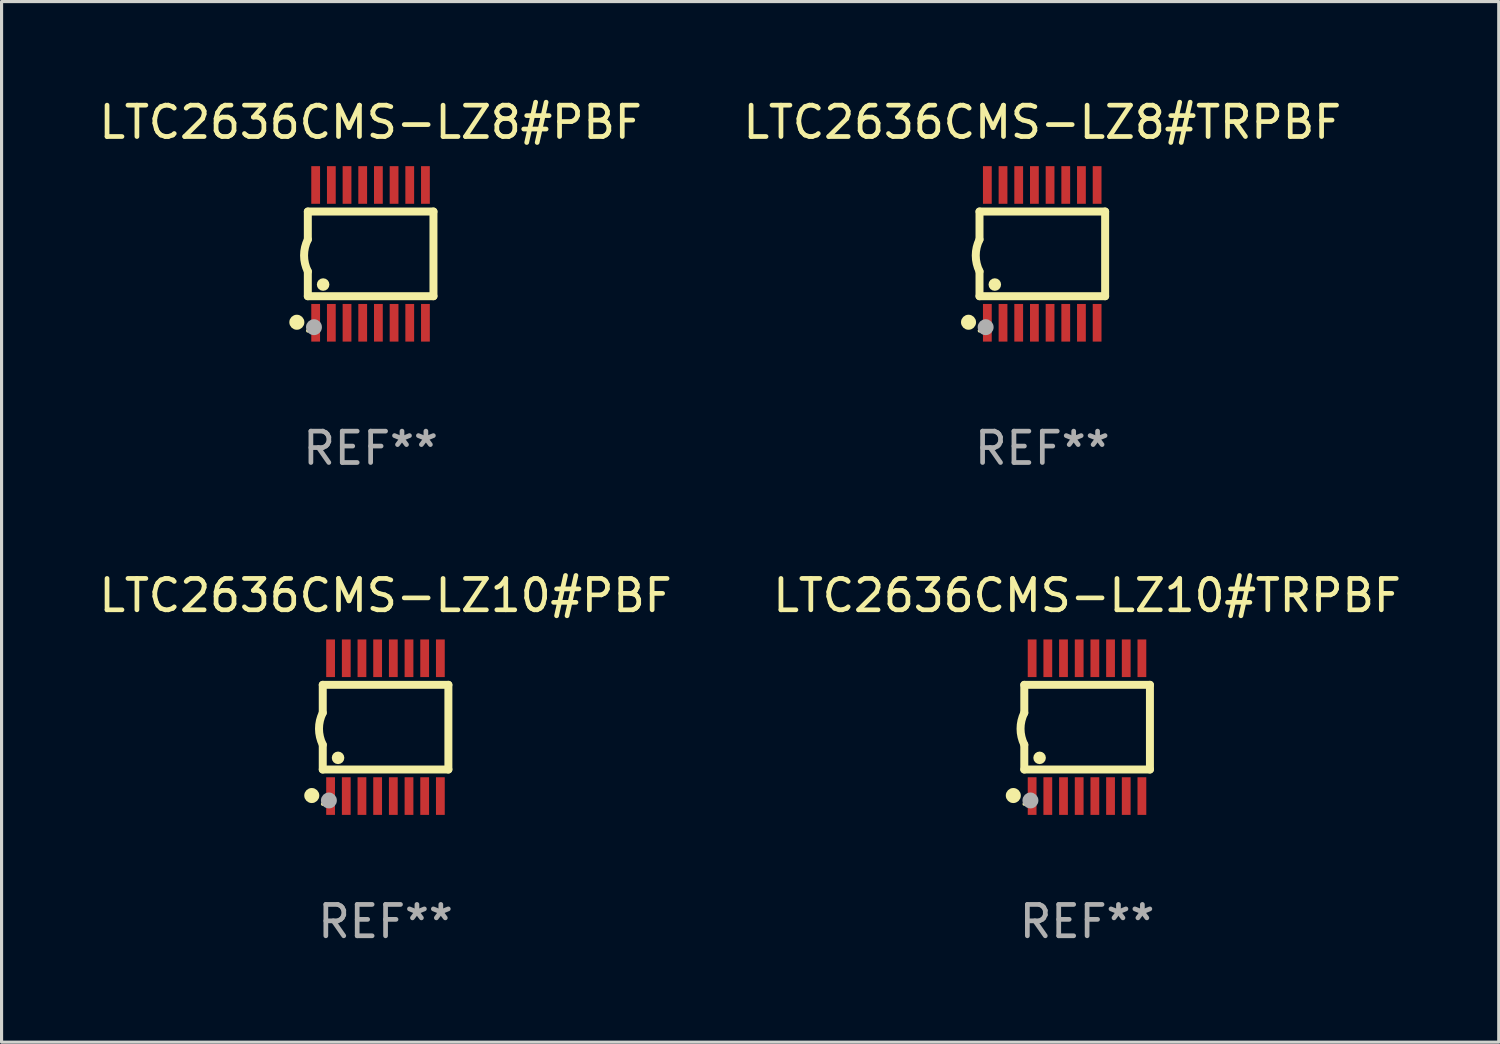
<source format=kicad_pcb>
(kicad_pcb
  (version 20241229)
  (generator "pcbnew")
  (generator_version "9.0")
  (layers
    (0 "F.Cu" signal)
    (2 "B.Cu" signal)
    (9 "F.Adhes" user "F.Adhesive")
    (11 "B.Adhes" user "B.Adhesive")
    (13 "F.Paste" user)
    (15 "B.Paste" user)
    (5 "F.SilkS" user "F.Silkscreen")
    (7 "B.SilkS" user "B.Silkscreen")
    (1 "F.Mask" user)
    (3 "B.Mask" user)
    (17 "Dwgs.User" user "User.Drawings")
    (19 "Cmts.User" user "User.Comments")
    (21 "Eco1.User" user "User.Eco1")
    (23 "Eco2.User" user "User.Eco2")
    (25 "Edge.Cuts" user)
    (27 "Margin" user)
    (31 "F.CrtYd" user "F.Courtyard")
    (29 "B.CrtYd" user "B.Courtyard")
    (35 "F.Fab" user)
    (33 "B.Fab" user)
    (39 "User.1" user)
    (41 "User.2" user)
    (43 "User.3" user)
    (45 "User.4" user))
  (footprint "LTC2636CMS-LZ8#PBF"
    (layer "F.Cu")
    (at 8.768 5.045)
    (property "Reference" "LTC2636CMS-LZ8#PBF" (at 0 -4.197 0) (layer "F.SilkS") (effects (font (size 1 1) (thickness 0.15))))
    (attr through_hole)
    (fp_line (start -2.003 -1.35) (end -2.003 -0.457) (stroke (width 0.254) (type solid)) (layer "F.SilkS"))
    (fp_line (start -2.003 -1.35) (end 2.003 -1.35) (stroke (width 0.254) (type solid)) (layer "F.SilkS"))
    (fp_line (start -2.003 1.35) (end -2.003 0.559) (stroke (width 0.254) (type solid)) (layer "F.SilkS"))
    (fp_line (start -2.003 1.35) (end 2.003 1.35) (stroke (width 0.254) (type solid)) (layer "F.SilkS"))
    (fp_line (start 2.003 -1.35) (end 2.003 1.35) (stroke (width 0.254) (type solid)) (layer "F.SilkS"))
    (fp_arc (start -2.002286 0.558802) (mid -2.122556 0.05092) (end -2.003302 -0.457201) (stroke (width 0.254001) (type solid)) (layer "F.SilkS"))
    (fp_circle (center -2.353 2.18) (end -2.233 2.18) (stroke (width 0.24) (type solid)) (fill no) (layer "F.SilkS"))
    (fp_circle (center -2.003 2.45) (end -1.973 2.45) (stroke (width 0.06) (type solid)) (fill no) (layer "F.SilkS"))
    (fp_circle (center -1.515 0.978) (end -1.415 0.978) (stroke (width 0.2) (type solid)) (fill no) (layer "F.SilkS"))
    (fp_circle (center -1.807 2.337) (end -1.68 2.337) (stroke (width 0.254) (type solid)) (fill no) (layer "F.Fab"))
    (fp_text user "REF**" (at 0 6.197 0) (layer "F.Fab") (effects (font (size 1 1) (thickness 0.15))))
    (pad "1" smd rect (at -1.753 2.197 90) (size 1.2 0.28) (layers "F.Cu" "F.Mask" "F.Paste"))
    (pad "2" smd rect (at -1.253 2.197 90) (size 1.2 0.28) (layers "F.Cu" "F.Mask" "F.Paste"))
    (pad "3" smd rect (at -0.753 2.197 90) (size 1.2 0.28) (layers "F.Cu" "F.Mask" "F.Paste"))
    (pad "4" smd rect (at -0.253 2.197 90) (size 1.2 0.28) (layers "F.Cu" "F.Mask" "F.Paste"))
    (pad "5" smd rect (at 0.247 2.197 90) (size 1.2 0.28) (layers "F.Cu" "F.Mask" "F.Paste"))
    (pad "6" smd rect (at 0.747 2.197 90) (size 1.2 0.28) (layers "F.Cu" "F.Mask" "F.Paste"))
    (pad "7" smd rect (at 1.247 2.197 90) (size 1.2 0.28) (layers "F.Cu" "F.Mask" "F.Paste"))
    (pad "8" smd rect (at 1.747 2.197 90) (size 1.2 0.28) (layers "F.Cu" "F.Mask" "F.Paste"))
    (pad "9" smd rect (at 1.747 -2.197 90) (size 1.2 0.28) (layers "F.Cu" "F.Mask" "F.Paste"))
    (pad "10" smd rect (at 1.247 -2.197 90) (size 1.2 0.28) (layers "F.Cu" "F.Mask" "F.Paste"))
    (pad "11" smd rect (at 0.747 -2.197 90) (size 1.2 0.28) (layers "F.Cu" "F.Mask" "F.Paste"))
    (pad "12" smd rect (at 0.247 -2.197 90) (size 1.2 0.28) (layers "F.Cu" "F.Mask" "F.Paste"))
    (pad "13" smd rect (at -0.253 -2.197 90) (size 1.2 0.28) (layers "F.Cu" "F.Mask" "F.Paste"))
    (pad "14" smd rect (at -0.753 -2.197 90) (size 1.2 0.28) (layers "F.Cu" "F.Mask" "F.Paste"))
    (pad "15" smd rect (at -1.253 -2.197 90) (size 1.2 0.28) (layers "F.Cu" "F.Mask" "F.Paste"))
    (pad "16" smd rect (at -1.753 -2.197 90) (size 1.2 0.28) (layers "F.Cu" "F.Mask" "F.Paste")))
  (footprint "LTC2636CMS-LZ10#PBF"
    (layer "F.Cu")
    (at 9.244 20.136)
    (property "Reference" "LTC2636CMS-LZ10#PBF" (at 0 -4.197 0) (layer "F.SilkS") (effects (font (size 1 1) (thickness 0.15))))
    (attr through_hole)
    (fp_line (start -2.003 -1.35) (end -2.003 -0.457) (stroke (width 0.254) (type solid)) (layer "F.SilkS"))
    (fp_line (start -2.003 -1.35) (end 2.003 -1.35) (stroke (width 0.254) (type solid)) (layer "F.SilkS"))
    (fp_line (start -2.003 1.35) (end -2.003 0.559) (stroke (width 0.254) (type solid)) (layer "F.SilkS"))
    (fp_line (start -2.003 1.35) (end 2.003 1.35) (stroke (width 0.254) (type solid)) (layer "F.SilkS"))
    (fp_line (start 2.003 -1.35) (end 2.003 1.35) (stroke (width 0.254) (type solid)) (layer "F.SilkS"))
    (fp_arc (start -2.002286 0.558802) (mid -2.122556 0.05092) (end -2.003302 -0.457201) (stroke (width 0.254001) (type solid)) (layer "F.SilkS"))
    (fp_circle (center -2.353 2.18) (end -2.233 2.18) (stroke (width 0.24) (type solid)) (fill no) (layer "F.SilkS"))
    (fp_circle (center -2.003 2.45) (end -1.973 2.45) (stroke (width 0.06) (type solid)) (fill no) (layer "F.SilkS"))
    (fp_circle (center -1.515 0.978) (end -1.415 0.978) (stroke (width 0.2) (type solid)) (fill no) (layer "F.SilkS"))
    (fp_circle (center -1.807 2.337) (end -1.68 2.337) (stroke (width 0.254) (type solid)) (fill no) (layer "F.Fab"))
    (fp_text user "REF**" (at 0 6.197 0) (layer "F.Fab") (effects (font (size 1 1) (thickness 0.15))))
    (pad "1" smd rect (at -1.753 2.197 90) (size 1.2 0.28) (layers "F.Cu" "F.Mask" "F.Paste"))
    (pad "2" smd rect (at -1.253 2.197 90) (size 1.2 0.28) (layers "F.Cu" "F.Mask" "F.Paste"))
    (pad "3" smd rect (at -0.753 2.197 90) (size 1.2 0.28) (layers "F.Cu" "F.Mask" "F.Paste"))
    (pad "4" smd rect (at -0.253 2.197 90) (size 1.2 0.28) (layers "F.Cu" "F.Mask" "F.Paste"))
    (pad "5" smd rect (at 0.247 2.197 90) (size 1.2 0.28) (layers "F.Cu" "F.Mask" "F.Paste"))
    (pad "6" smd rect (at 0.747 2.197 90) (size 1.2 0.28) (layers "F.Cu" "F.Mask" "F.Paste"))
    (pad "7" smd rect (at 1.247 2.197 90) (size 1.2 0.28) (layers "F.Cu" "F.Mask" "F.Paste"))
    (pad "8" smd rect (at 1.747 2.197 90) (size 1.2 0.28) (layers "F.Cu" "F.Mask" "F.Paste"))
    (pad "9" smd rect (at 1.747 -2.197 90) (size 1.2 0.28) (layers "F.Cu" "F.Mask" "F.Paste"))
    (pad "10" smd rect (at 1.247 -2.197 90) (size 1.2 0.28) (layers "F.Cu" "F.Mask" "F.Paste"))
    (pad "11" smd rect (at 0.747 -2.197 90) (size 1.2 0.28) (layers "F.Cu" "F.Mask" "F.Paste"))
    (pad "12" smd rect (at 0.247 -2.197 90) (size 1.2 0.28) (layers "F.Cu" "F.Mask" "F.Paste"))
    (pad "13" smd rect (at -0.253 -2.197 90) (size 1.2 0.28) (layers "F.Cu" "F.Mask" "F.Paste"))
    (pad "14" smd rect (at -0.753 -2.197 90) (size 1.2 0.28) (layers "F.Cu" "F.Mask" "F.Paste"))
    (pad "15" smd rect (at -1.253 -2.197 90) (size 1.2 0.28) (layers "F.Cu" "F.Mask" "F.Paste"))
    (pad "16" smd rect (at -1.753 -2.197 90) (size 1.2 0.28) (layers "F.Cu" "F.Mask" "F.Paste")))
  (footprint "LTC2636CMS-LZ10#TRPBF"
    (layer "F.Cu")
    (at 31.613 20.136)
    (property "Reference" "LTC2636CMS-LZ10#TRPBF" (at 0 -4.197 0) (layer "F.SilkS") (effects (font (size 1 1) (thickness 0.15))))
    (attr through_hole)
    (fp_line (start -2.003 -1.35) (end -2.003 -0.457) (stroke (width 0.254) (type solid)) (layer "F.SilkS"))
    (fp_line (start -2.003 -1.35) (end 2.003 -1.35) (stroke (width 0.254) (type solid)) (layer "F.SilkS"))
    (fp_line (start -2.003 1.35) (end -2.003 0.559) (stroke (width 0.254) (type solid)) (layer "F.SilkS"))
    (fp_line (start -2.003 1.35) (end 2.003 1.35) (stroke (width 0.254) (type solid)) (layer "F.SilkS"))
    (fp_line (start 2.003 -1.35) (end 2.003 1.35) (stroke (width 0.254) (type solid)) (layer "F.SilkS"))
    (fp_arc (start -2.002286 0.558802) (mid -2.122556 0.05092) (end -2.003302 -0.457201) (stroke (width 0.254001) (type solid)) (layer "F.SilkS"))
    (fp_circle (center -2.353 2.18) (end -2.233 2.18) (stroke (width 0.24) (type solid)) (fill no) (layer "F.SilkS"))
    (fp_circle (center -2.003 2.45) (end -1.973 2.45) (stroke (width 0.06) (type solid)) (fill no) (layer "F.SilkS"))
    (fp_circle (center -1.515 0.978) (end -1.415 0.978) (stroke (width 0.2) (type solid)) (fill no) (layer "F.SilkS"))
    (fp_circle (center -1.807 2.337) (end -1.68 2.337) (stroke (width 0.254) (type solid)) (fill no) (layer "F.Fab"))
    (fp_text user "REF**" (at 0 6.197 0) (layer "F.Fab") (effects (font (size 1 1) (thickness 0.15))))
    (pad "1" smd rect (at -1.753 2.197 90) (size 1.2 0.28) (layers "F.Cu" "F.Mask" "F.Paste"))
    (pad "2" smd rect (at -1.253 2.197 90) (size 1.2 0.28) (layers "F.Cu" "F.Mask" "F.Paste"))
    (pad "3" smd rect (at -0.753 2.197 90) (size 1.2 0.28) (layers "F.Cu" "F.Mask" "F.Paste"))
    (pad "4" smd rect (at -0.253 2.197 90) (size 1.2 0.28) (layers "F.Cu" "F.Mask" "F.Paste"))
    (pad "5" smd rect (at 0.247 2.197 90) (size 1.2 0.28) (layers "F.Cu" "F.Mask" "F.Paste"))
    (pad "6" smd rect (at 0.747 2.197 90) (size 1.2 0.28) (layers "F.Cu" "F.Mask" "F.Paste"))
    (pad "7" smd rect (at 1.247 2.197 90) (size 1.2 0.28) (layers "F.Cu" "F.Mask" "F.Paste"))
    (pad "8" smd rect (at 1.747 2.197 90) (size 1.2 0.28) (layers "F.Cu" "F.Mask" "F.Paste"))
    (pad "9" smd rect (at 1.747 -2.197 90) (size 1.2 0.28) (layers "F.Cu" "F.Mask" "F.Paste"))
    (pad "10" smd rect (at 1.247 -2.197 90) (size 1.2 0.28) (layers "F.Cu" "F.Mask" "F.Paste"))
    (pad "11" smd rect (at 0.747 -2.197 90) (size 1.2 0.28) (layers "F.Cu" "F.Mask" "F.Paste"))
    (pad "12" smd rect (at 0.247 -2.197 90) (size 1.2 0.28) (layers "F.Cu" "F.Mask" "F.Paste"))
    (pad "13" smd rect (at -0.253 -2.197 90) (size 1.2 0.28) (layers "F.Cu" "F.Mask" "F.Paste"))
    (pad "14" smd rect (at -0.753 -2.197 90) (size 1.2 0.28) (layers "F.Cu" "F.Mask" "F.Paste"))
    (pad "15" smd rect (at -1.253 -2.197 90) (size 1.2 0.28) (layers "F.Cu" "F.Mask" "F.Paste"))
    (pad "16" smd rect (at -1.753 -2.197 90) (size 1.2 0.28) (layers "F.Cu" "F.Mask" "F.Paste")))
  (footprint "LTC2636CMS-LZ8#TRPBF"
    (layer "F.Cu")
    (at 30.185 5.045)
    (property "Reference" "LTC2636CMS-LZ8#TRPBF" (at 0 -4.197 0) (layer "F.SilkS") (effects (font (size 1 1) (thickness 0.15))))
    (attr through_hole)
    (fp_line (start -2.003 -1.35) (end -2.003 -0.457) (stroke (width 0.254) (type solid)) (layer "F.SilkS"))
    (fp_line (start -2.003 -1.35) (end 2.003 -1.35) (stroke (width 0.254) (type solid)) (layer "F.SilkS"))
    (fp_line (start -2.003 1.35) (end -2.003 0.559) (stroke (width 0.254) (type solid)) (layer "F.SilkS"))
    (fp_line (start -2.003 1.35) (end 2.003 1.35) (stroke (width 0.254) (type solid)) (layer "F.SilkS"))
    (fp_line (start 2.003 -1.35) (end 2.003 1.35) (stroke (width 0.254) (type solid)) (layer "F.SilkS"))
    (fp_arc (start -2.002286 0.558802) (mid -2.122556 0.05092) (end -2.003302 -0.457201) (stroke (width 0.254001) (type solid)) (layer "F.SilkS"))
    (fp_circle (center -2.353 2.18) (end -2.233 2.18) (stroke (width 0.24) (type solid)) (fill no) (layer "F.SilkS"))
    (fp_circle (center -2.003 2.45) (end -1.973 2.45) (stroke (width 0.06) (type solid)) (fill no) (layer "F.SilkS"))
    (fp_circle (center -1.515 0.978) (end -1.415 0.978) (stroke (width 0.2) (type solid)) (fill no) (layer "F.SilkS"))
    (fp_circle (center -1.807 2.337) (end -1.68 2.337) (stroke (width 0.254) (type solid)) (fill no) (layer "F.Fab"))
    (fp_text user "REF**" (at 0 6.197 0) (layer "F.Fab") (effects (font (size 1 1) (thickness 0.15))))
    (pad "1" smd rect (at -1.753 2.197 90) (size 1.2 0.28) (layers "F.Cu" "F.Mask" "F.Paste"))
    (pad "2" smd rect (at -1.253 2.197 90) (size 1.2 0.28) (layers "F.Cu" "F.Mask" "F.Paste"))
    (pad "3" smd rect (at -0.753 2.197 90) (size 1.2 0.28) (layers "F.Cu" "F.Mask" "F.Paste"))
    (pad "4" smd rect (at -0.253 2.197 90) (size 1.2 0.28) (layers "F.Cu" "F.Mask" "F.Paste"))
    (pad "5" smd rect (at 0.247 2.197 90) (size 1.2 0.28) (layers "F.Cu" "F.Mask" "F.Paste"))
    (pad "6" smd rect (at 0.747 2.197 90) (size 1.2 0.28) (layers "F.Cu" "F.Mask" "F.Paste"))
    (pad "7" smd rect (at 1.247 2.197 90) (size 1.2 0.28) (layers "F.Cu" "F.Mask" "F.Paste"))
    (pad "8" smd rect (at 1.747 2.197 90) (size 1.2 0.28) (layers "F.Cu" "F.Mask" "F.Paste"))
    (pad "9" smd rect (at 1.747 -2.197 90) (size 1.2 0.28) (layers "F.Cu" "F.Mask" "F.Paste"))
    (pad "10" smd rect (at 1.247 -2.197 90) (size 1.2 0.28) (layers "F.Cu" "F.Mask" "F.Paste"))
    (pad "11" smd rect (at 0.747 -2.197 90) (size 1.2 0.28) (layers "F.Cu" "F.Mask" "F.Paste"))
    (pad "12" smd rect (at 0.247 -2.197 90) (size 1.2 0.28) (layers "F.Cu" "F.Mask" "F.Paste"))
    (pad "13" smd rect (at -0.253 -2.197 90) (size 1.2 0.28) (layers "F.Cu" "F.Mask" "F.Paste"))
    (pad "14" smd rect (at -0.753 -2.197 90) (size 1.2 0.28) (layers "F.Cu" "F.Mask" "F.Paste"))
    (pad "15" smd rect (at -1.253 -2.197 90) (size 1.2 0.28) (layers "F.Cu" "F.Mask" "F.Paste"))
    (pad "16" smd rect (at -1.753 -2.197 90) (size 1.2 0.28) (layers "F.Cu" "F.Mask" "F.Paste")))
  (gr_rect
    (start -3 -3)
    (end 44.738 30.181)
    (stroke (width 0.1) (type default))
    (fill no)
    (layer "Edge.Cuts")))
</source>
